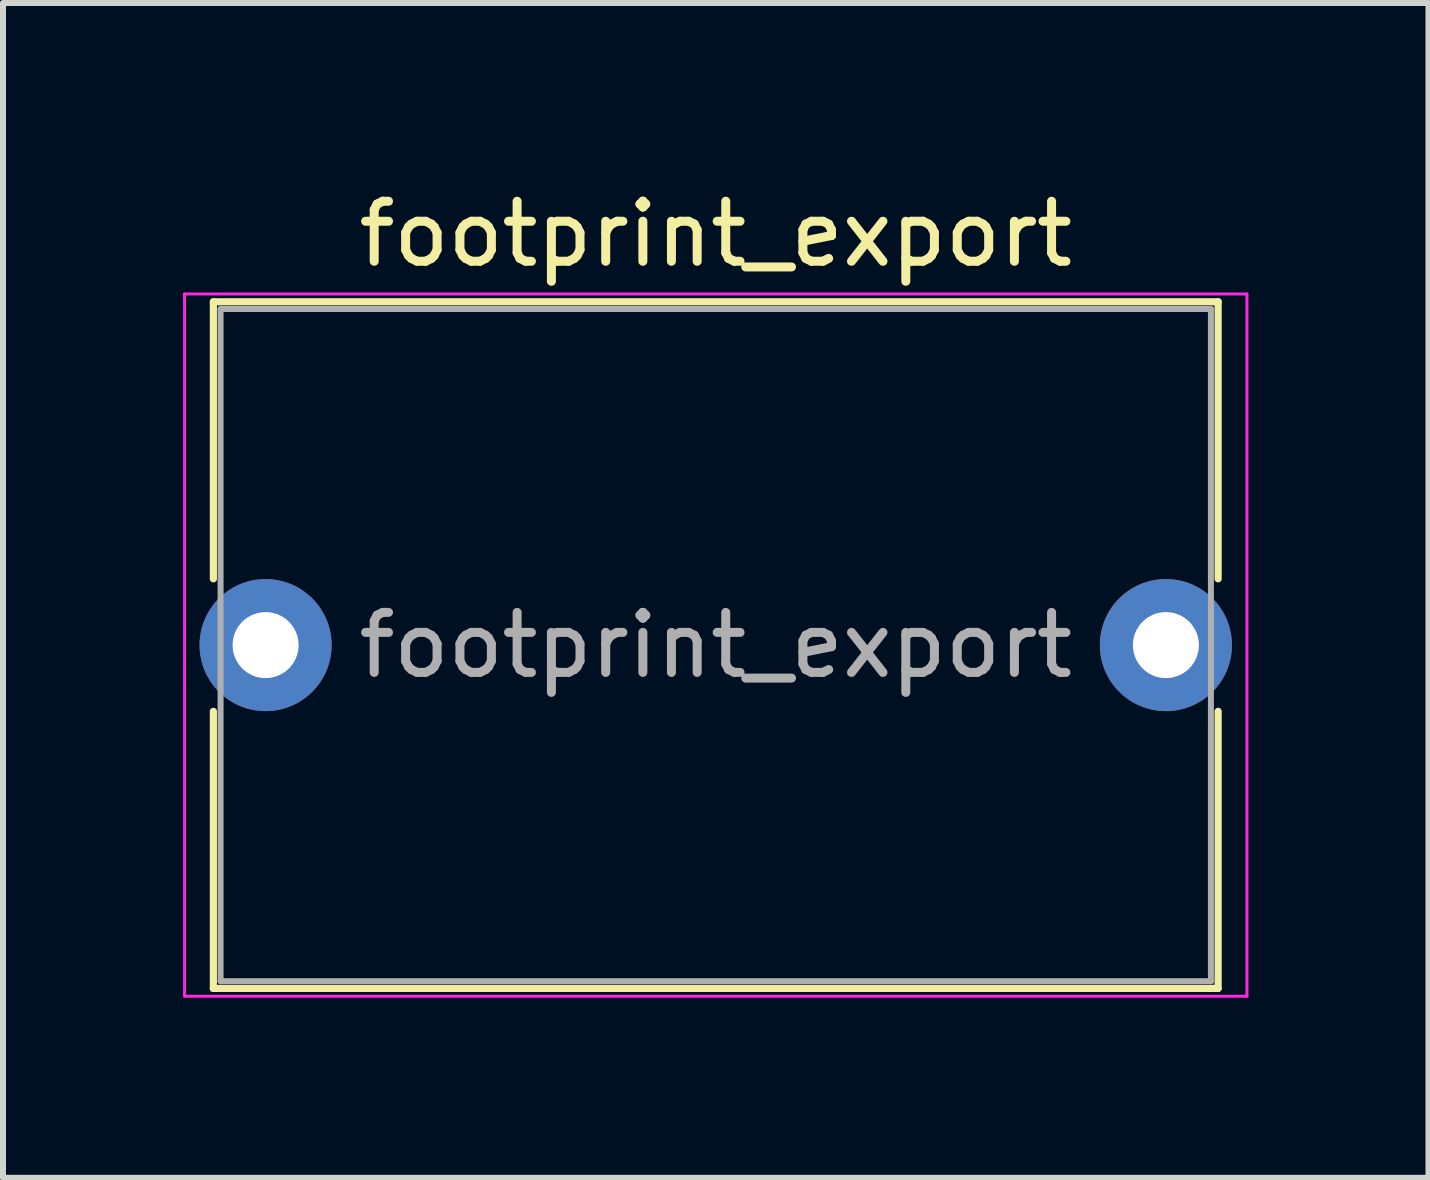
<source format=kicad_pcb>
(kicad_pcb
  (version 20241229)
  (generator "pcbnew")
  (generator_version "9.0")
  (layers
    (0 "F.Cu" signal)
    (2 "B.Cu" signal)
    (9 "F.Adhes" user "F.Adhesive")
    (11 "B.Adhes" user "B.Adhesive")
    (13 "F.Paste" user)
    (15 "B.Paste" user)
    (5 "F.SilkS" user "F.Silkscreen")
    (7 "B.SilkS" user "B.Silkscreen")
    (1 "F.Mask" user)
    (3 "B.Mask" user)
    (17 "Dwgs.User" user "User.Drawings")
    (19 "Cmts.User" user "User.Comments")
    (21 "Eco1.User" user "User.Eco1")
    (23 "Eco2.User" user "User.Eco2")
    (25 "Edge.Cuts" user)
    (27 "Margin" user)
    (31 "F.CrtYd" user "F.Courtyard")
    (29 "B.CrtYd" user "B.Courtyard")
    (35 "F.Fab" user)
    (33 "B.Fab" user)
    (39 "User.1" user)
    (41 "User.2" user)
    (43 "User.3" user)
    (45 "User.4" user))
  (footprint "footprint_export"
    (layer "F.Cu")
    (at 1.375 7.698)
    (property "Reference" "footprint_export" (at 7.5 -6.85 0) (layer "F.SilkS") (effects (font (size 1 1) (thickness 0.15))))
    (attr through_hole)
    (fp_line (start -0.87 -5.72) (end -0.87 -1.104) (stroke (width 0.12) (type solid)) (layer "F.SilkS"))
    (fp_line (start -0.87 -5.72) (end 15.87 -5.72) (stroke (width 0.12) (type solid)) (layer "F.SilkS"))
    (fp_line (start -0.87 1.104) (end -0.87 5.72) (stroke (width 0.12) (type solid)) (layer "F.SilkS"))
    (fp_line (start -0.87 5.72) (end 15.87 5.72) (stroke (width 0.12) (type solid)) (layer "F.SilkS"))
    (fp_line (start 15.87 -5.72) (end 15.87 -1.104) (stroke (width 0.12) (type solid)) (layer "F.SilkS"))
    (fp_line (start 15.87 1.104) (end 15.87 5.72) (stroke (width 0.12) (type solid)) (layer "F.SilkS"))
    (fp_line (start -1.35 -5.85) (end -1.35 5.85) (stroke (width 0.05) (type solid)) (layer "F.CrtYd"))
    (fp_line (start -1.35 5.85) (end 16.35 5.85) (stroke (width 0.05) (type solid)) (layer "F.CrtYd"))
    (fp_line (start 16.35 -5.85) (end -1.35 -5.85) (stroke (width 0.05) (type solid)) (layer "F.CrtYd"))
    (fp_line (start 16.35 5.85) (end 16.35 -5.85) (stroke (width 0.05) (type solid)) (layer "F.CrtYd"))
    (fp_line (start -0.75 -5.6) (end -0.75 5.6) (stroke (width 0.1) (type solid)) (layer "F.Fab"))
    (fp_line (start -0.75 5.6) (end 15.75 5.6) (stroke (width 0.1) (type solid)) (layer "F.Fab"))
    (fp_line (start 15.75 -5.6) (end -0.75 -5.6) (stroke (width 0.1) (type solid)) (layer "F.Fab"))
    (fp_line (start 15.75 5.6) (end 15.75 -5.6) (stroke (width 0.1) (type solid)) (layer "F.Fab"))
    (fp_text user "${REFERENCE}" (at 7.5 0 0) (layer "F.Fab") (effects (font (size 1 1) (thickness 0.15))))
    (pad "1" thru_hole circle (at 0 0) (size 2.2 2.2) (drill 1.1) (layers "*.Cu" "*.Mask"))
    (pad "2" thru_hole circle (at 15 0) (size 2.2 2.2) (drill 1.1) (layers "*.Cu" "*.Mask")))
  (gr_rect
    (start -3 -3)
    (end 20.75 16.573)
    (stroke (width 0.1) (type default))
    (fill no)
    (layer "Edge.Cuts")))
</source>
